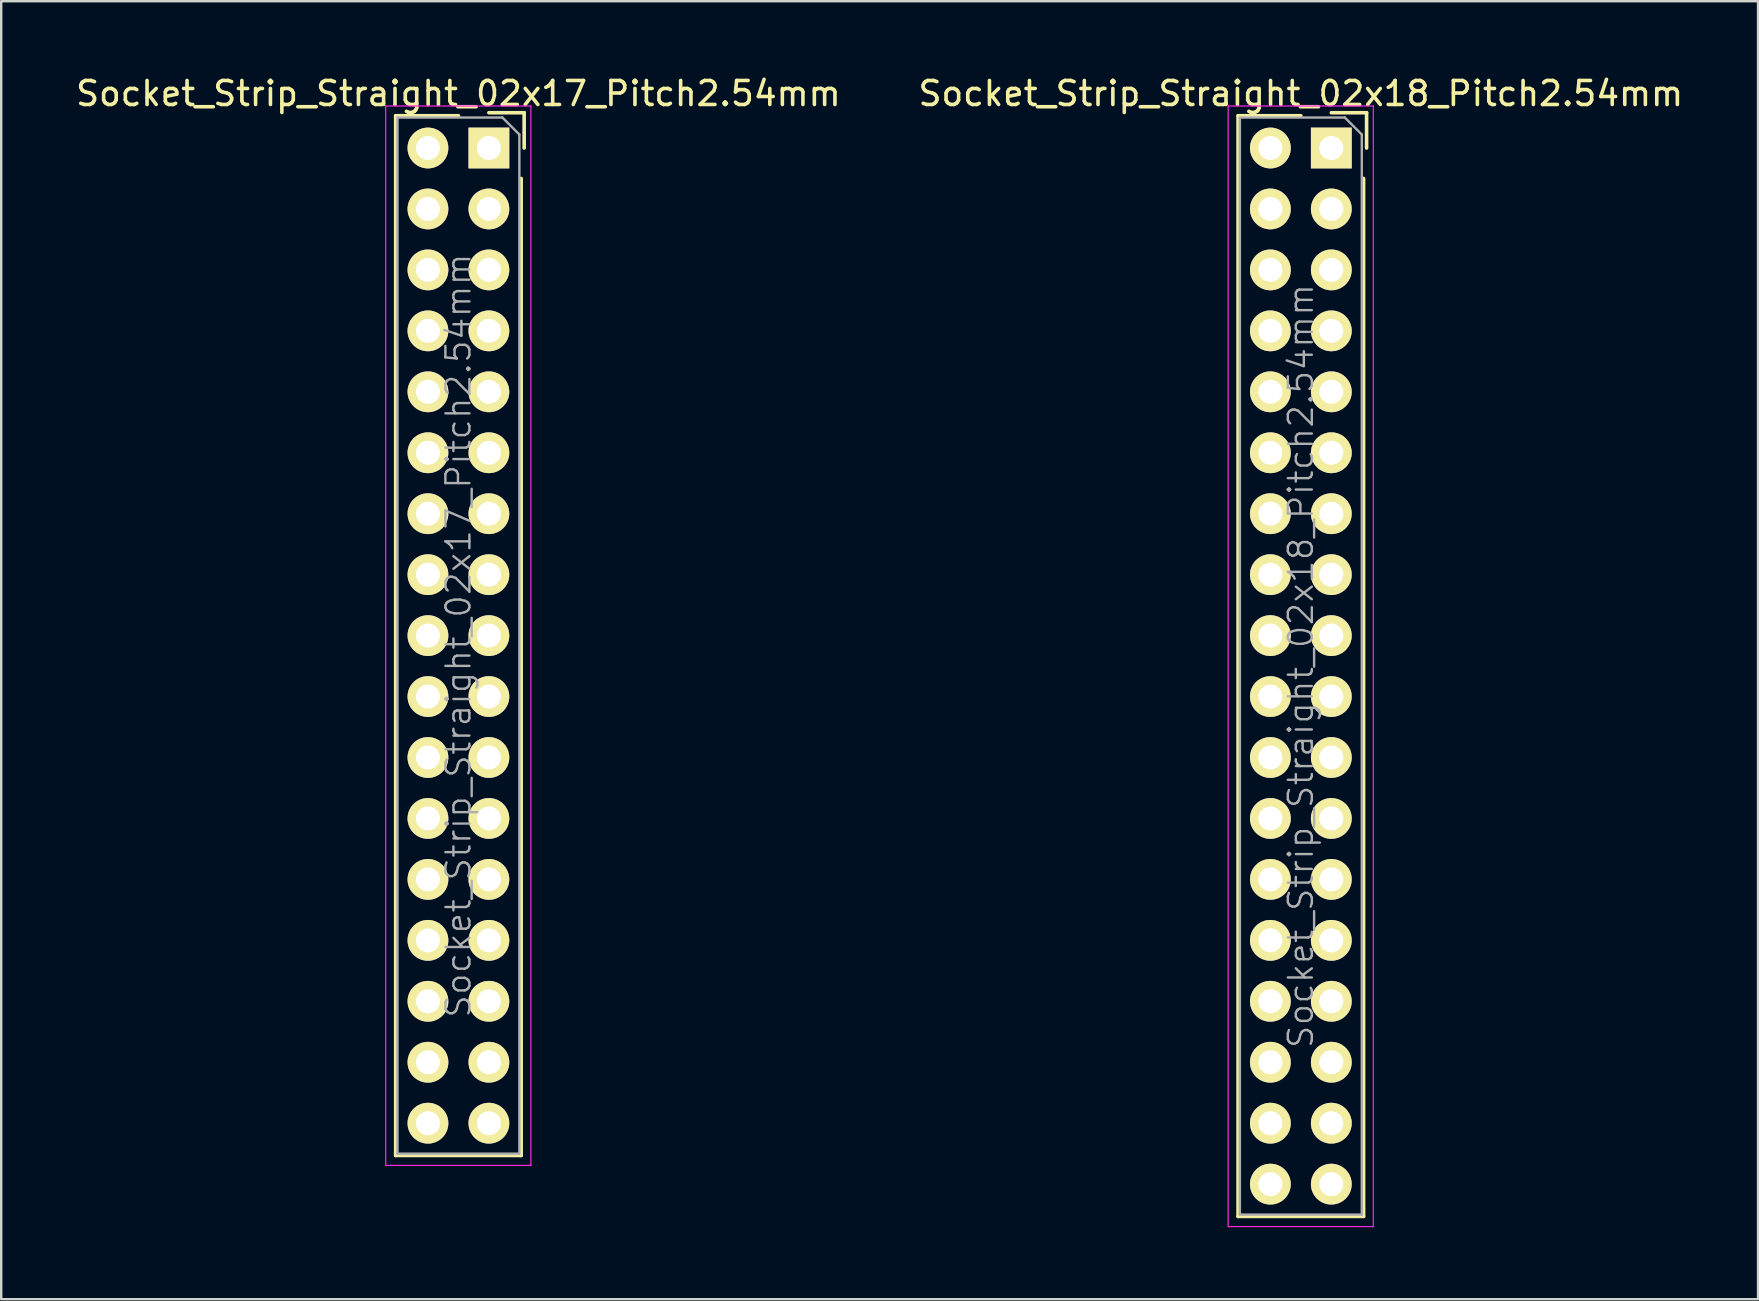
<source format=kicad_pcb>
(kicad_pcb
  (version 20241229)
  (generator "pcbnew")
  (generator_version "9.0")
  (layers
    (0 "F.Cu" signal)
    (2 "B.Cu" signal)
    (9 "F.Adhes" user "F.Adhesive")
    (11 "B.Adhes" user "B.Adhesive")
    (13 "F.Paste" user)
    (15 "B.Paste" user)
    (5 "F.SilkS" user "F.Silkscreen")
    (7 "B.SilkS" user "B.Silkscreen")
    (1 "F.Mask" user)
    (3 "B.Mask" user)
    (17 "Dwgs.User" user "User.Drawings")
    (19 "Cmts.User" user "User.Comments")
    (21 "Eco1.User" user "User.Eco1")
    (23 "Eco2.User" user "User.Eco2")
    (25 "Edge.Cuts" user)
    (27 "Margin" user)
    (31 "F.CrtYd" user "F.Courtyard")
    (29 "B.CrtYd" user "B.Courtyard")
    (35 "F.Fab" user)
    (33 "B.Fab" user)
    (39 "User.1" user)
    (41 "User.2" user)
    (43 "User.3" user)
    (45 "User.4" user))
  (footprint "Socket_Strip_Straight_02x18_Pitch2.54mm"
    (layer "F.Cu")
    (at 52.431 3.118)
    (property "Reference" "Socket_Strip_Straight_02x18_Pitch2.54mm" (at -1.27 -2.27 0) (layer "F.SilkS") (effects (font (size 1 1) (thickness 0.15))))
    (attr smd)
    (fp_line (start -3.885 -1.345) (end -3.885 44.525) (stroke (width 0.15) (type solid)) (layer "F.SilkS"))
    (fp_line (start -1.27 -1.345) (end -3.885 -1.345) (stroke (width 0.15) (type solid)) (layer "F.SilkS"))
    (fp_line (start 1.345 1.27) (end 1.345 44.525) (stroke (width 0.15) (type solid)) (layer "F.SilkS"))
    (fp_line (start 1.345 44.525) (end -3.885 44.525) (stroke (width 0.15) (type solid)) (layer "F.SilkS"))
    (fp_line (start 1.47 -1.47) (end 0 -1.47) (stroke (width 0.15) (type solid)) (layer "F.SilkS"))
    (fp_line (start 1.47 -1.47) (end 1.47 0) (stroke (width 0.15) (type solid)) (layer "F.SilkS"))
    (fp_line (start -4.3 -1.75) (end -4.3 44.95) (stroke (width 0.05) (type solid)) (layer "F.CrtYd"))
    (fp_line (start 1.75 -1.75) (end -4.3 -1.75) (stroke (width 0.05) (type solid)) (layer "F.CrtYd"))
    (fp_line (start 1.75 -1.75) (end 1.75 44.95) (stroke (width 0.05) (type solid)) (layer "F.CrtYd"))
    (fp_line (start 1.75 44.95) (end -4.3 44.95) (stroke (width 0.05) (type solid)) (layer "F.CrtYd"))
    (fp_line (start -3.81 -1.27) (end 0.563 -1.27) (stroke (width 0.1) (type solid)) (layer "F.Fab"))
    (fp_line (start -3.81 44.45) (end -3.81 -1.27) (stroke (width 0.1) (type solid)) (layer "F.Fab"))
    (fp_line (start -3.81 44.45) (end 1.27 44.45) (stroke (width 0.1) (type solid)) (layer "F.Fab"))
    (fp_line (start 1.27 -0.563) (end 0.563 -1.27) (stroke (width 0.1) (type solid)) (layer "F.Fab"))
    (fp_line (start 1.27 44.45) (end 1.27 -0.563) (stroke (width 0.1) (type solid)) (layer "F.Fab"))
    (fp_text user "${REFERENCE}" (at -1.27 21.59 90) (layer "F.Fab") (effects (font (size 1 1) (thickness 0.1))))
    (pad "1" thru_hole rect (at 0 0) (size 1.7 1.7) (drill 1) (layers "*.Cu" "*.Mask" "F.SilkS"))
    (pad "2" thru_hole oval (at -2.54 0) (size 1.7 1.7) (drill 1) (layers "*.Cu" "*.Mask" "F.SilkS"))
    (pad "3" thru_hole oval (at 0 2.54) (size 1.7 1.7) (drill 1) (layers "*.Cu" "*.Mask" "F.SilkS"))
    (pad "4" thru_hole oval (at -2.54 2.54) (size 1.7 1.7) (drill 1) (layers "*.Cu" "*.Mask" "F.SilkS"))
    (pad "5" thru_hole oval (at 0 5.08) (size 1.7 1.7) (drill 1) (layers "*.Cu" "*.Mask" "F.SilkS"))
    (pad "6" thru_hole oval (at -2.54 5.08) (size 1.7 1.7) (drill 1) (layers "*.Cu" "*.Mask" "F.SilkS"))
    (pad "7" thru_hole oval (at 0 7.62) (size 1.7 1.7) (drill 1) (layers "*.Cu" "*.Mask" "F.SilkS"))
    (pad "8" thru_hole oval (at -2.54 7.62) (size 1.7 1.7) (drill 1) (layers "*.Cu" "*.Mask" "F.SilkS"))
    (pad "9" thru_hole oval (at 0 10.16) (size 1.7 1.7) (drill 1) (layers "*.Cu" "*.Mask" "F.SilkS"))
    (pad "10" thru_hole oval (at -2.54 10.16) (size 1.7 1.7) (drill 1) (layers "*.Cu" "*.Mask" "F.SilkS"))
    (pad "11" thru_hole oval (at 0 12.7) (size 1.7 1.7) (drill 1) (layers "*.Cu" "*.Mask" "F.SilkS"))
    (pad "12" thru_hole oval (at -2.54 12.7) (size 1.7 1.7) (drill 1) (layers "*.Cu" "*.Mask" "F.SilkS"))
    (pad "13" thru_hole oval (at 0 15.24) (size 1.7 1.7) (drill 1) (layers "*.Cu" "*.Mask" "F.SilkS"))
    (pad "14" thru_hole oval (at -2.54 15.24) (size 1.7 1.7) (drill 1) (layers "*.Cu" "*.Mask" "F.SilkS"))
    (pad "15" thru_hole oval (at 0 17.78) (size 1.7 1.7) (drill 1) (layers "*.Cu" "*.Mask" "F.SilkS"))
    (pad "16" thru_hole oval (at -2.54 17.78) (size 1.7 1.7) (drill 1) (layers "*.Cu" "*.Mask" "F.SilkS"))
    (pad "17" thru_hole oval (at 0 20.32) (size 1.7 1.7) (drill 1) (layers "*.Cu" "*.Mask" "F.SilkS"))
    (pad "18" thru_hole oval (at -2.54 20.32) (size 1.7 1.7) (drill 1) (layers "*.Cu" "*.Mask" "F.SilkS"))
    (pad "19" thru_hole oval (at 0 22.86) (size 1.7 1.7) (drill 1) (layers "*.Cu" "*.Mask" "F.SilkS"))
    (pad "20" thru_hole oval (at -2.54 22.86) (size 1.7 1.7) (drill 1) (layers "*.Cu" "*.Mask" "F.SilkS"))
    (pad "21" thru_hole oval (at 0 25.4) (size 1.7 1.7) (drill 1) (layers "*.Cu" "*.Mask" "F.SilkS"))
    (pad "22" thru_hole oval (at -2.54 25.4) (size 1.7 1.7) (drill 1) (layers "*.Cu" "*.Mask" "F.SilkS"))
    (pad "23" thru_hole oval (at 0 27.94) (size 1.7 1.7) (drill 1) (layers "*.Cu" "*.Mask" "F.SilkS"))
    (pad "24" thru_hole oval (at -2.54 27.94) (size 1.7 1.7) (drill 1) (layers "*.Cu" "*.Mask" "F.SilkS"))
    (pad "25" thru_hole oval (at 0 30.48) (size 1.7 1.7) (drill 1) (layers "*.Cu" "*.Mask" "F.SilkS"))
    (pad "26" thru_hole oval (at -2.54 30.48) (size 1.7 1.7) (drill 1) (layers "*.Cu" "*.Mask" "F.SilkS"))
    (pad "27" thru_hole oval (at 0 33.02) (size 1.7 1.7) (drill 1) (layers "*.Cu" "*.Mask" "F.SilkS"))
    (pad "28" thru_hole oval (at -2.54 33.02) (size 1.7 1.7) (drill 1) (layers "*.Cu" "*.Mask" "F.SilkS"))
    (pad "29" thru_hole oval (at 0 35.56) (size 1.7 1.7) (drill 1) (layers "*.Cu" "*.Mask" "F.SilkS"))
    (pad "30" thru_hole oval (at -2.54 35.56) (size 1.7 1.7) (drill 1) (layers "*.Cu" "*.Mask" "F.SilkS"))
    (pad "31" thru_hole oval (at 0 38.1) (size 1.7 1.7) (drill 1) (layers "*.Cu" "*.Mask" "F.SilkS"))
    (pad "32" thru_hole oval (at -2.54 38.1) (size 1.7 1.7) (drill 1) (layers "*.Cu" "*.Mask" "F.SilkS"))
    (pad "33" thru_hole oval (at 0 40.64) (size 1.7 1.7) (drill 1) (layers "*.Cu" "*.Mask" "F.SilkS"))
    (pad "34" thru_hole oval (at -2.54 40.64) (size 1.7 1.7) (drill 1) (layers "*.Cu" "*.Mask" "F.SilkS"))
    (pad "35" thru_hole oval (at 0 43.18) (size 1.7 1.7) (drill 1) (layers "*.Cu" "*.Mask" "F.SilkS"))
    (pad "36" thru_hole oval (at -2.54 43.18) (size 1.7 1.7) (drill 1) (layers "*.Cu" "*.Mask" "F.SilkS")))
  (footprint "Socket_Strip_Straight_02x17_Pitch2.54mm"
    (layer "F.Cu")
    (at 17.324 3.118)
    (property "Reference" "Socket_Strip_Straight_02x17_Pitch2.54mm" (at -1.27 -2.27 0) (layer "F.SilkS") (effects (font (size 1 1) (thickness 0.15))))
    (attr smd)
    (fp_line (start -3.885 -1.345) (end -3.885 41.985) (stroke (width 0.15) (type solid)) (layer "F.SilkS"))
    (fp_line (start -1.27 -1.345) (end -3.885 -1.345) (stroke (width 0.15) (type solid)) (layer "F.SilkS"))
    (fp_line (start 1.345 1.27) (end 1.345 41.985) (stroke (width 0.15) (type solid)) (layer "F.SilkS"))
    (fp_line (start 1.345 41.985) (end -3.885 41.985) (stroke (width 0.15) (type solid)) (layer "F.SilkS"))
    (fp_line (start 1.47 -1.47) (end 0 -1.47) (stroke (width 0.15) (type solid)) (layer "F.SilkS"))
    (fp_line (start 1.47 -1.47) (end 1.47 0) (stroke (width 0.15) (type solid)) (layer "F.SilkS"))
    (fp_line (start -4.3 -1.75) (end -4.3 42.4) (stroke (width 0.05) (type solid)) (layer "F.CrtYd"))
    (fp_line (start 1.75 -1.75) (end -4.3 -1.75) (stroke (width 0.05) (type solid)) (layer "F.CrtYd"))
    (fp_line (start 1.75 -1.75) (end 1.75 42.4) (stroke (width 0.05) (type solid)) (layer "F.CrtYd"))
    (fp_line (start 1.75 42.4) (end -4.3 42.4) (stroke (width 0.05) (type solid)) (layer "F.CrtYd"))
    (fp_line (start -3.81 -1.27) (end 0.563 -1.27) (stroke (width 0.1) (type solid)) (layer "F.Fab"))
    (fp_line (start -3.81 41.91) (end -3.81 -1.27) (stroke (width 0.1) (type solid)) (layer "F.Fab"))
    (fp_line (start -3.81 41.91) (end 1.27 41.91) (stroke (width 0.1) (type solid)) (layer "F.Fab"))
    (fp_line (start 1.27 -0.563) (end 0.563 -1.27) (stroke (width 0.1) (type solid)) (layer "F.Fab"))
    (fp_line (start 1.27 41.91) (end 1.27 -0.563) (stroke (width 0.1) (type solid)) (layer "F.Fab"))
    (fp_text user "${REFERENCE}" (at -1.27 20.32 90) (layer "F.Fab") (effects (font (size 1 1) (thickness 0.1))))
    (pad "1" thru_hole rect (at 0 0) (size 1.7 1.7) (drill 1) (layers "*.Cu" "*.Mask" "F.SilkS"))
    (pad "2" thru_hole oval (at -2.54 0) (size 1.7 1.7) (drill 1) (layers "*.Cu" "*.Mask" "F.SilkS"))
    (pad "3" thru_hole oval (at 0 2.54) (size 1.7 1.7) (drill 1) (layers "*.Cu" "*.Mask" "F.SilkS"))
    (pad "4" thru_hole oval (at -2.54 2.54) (size 1.7 1.7) (drill 1) (layers "*.Cu" "*.Mask" "F.SilkS"))
    (pad "5" thru_hole oval (at 0 5.08) (size 1.7 1.7) (drill 1) (layers "*.Cu" "*.Mask" "F.SilkS"))
    (pad "6" thru_hole oval (at -2.54 5.08) (size 1.7 1.7) (drill 1) (layers "*.Cu" "*.Mask" "F.SilkS"))
    (pad "7" thru_hole oval (at 0 7.62) (size 1.7 1.7) (drill 1) (layers "*.Cu" "*.Mask" "F.SilkS"))
    (pad "8" thru_hole oval (at -2.54 7.62) (size 1.7 1.7) (drill 1) (layers "*.Cu" "*.Mask" "F.SilkS"))
    (pad "9" thru_hole oval (at 0 10.16) (size 1.7 1.7) (drill 1) (layers "*.Cu" "*.Mask" "F.SilkS"))
    (pad "10" thru_hole oval (at -2.54 10.16) (size 1.7 1.7) (drill 1) (layers "*.Cu" "*.Mask" "F.SilkS"))
    (pad "11" thru_hole oval (at 0 12.7) (size 1.7 1.7) (drill 1) (layers "*.Cu" "*.Mask" "F.SilkS"))
    (pad "12" thru_hole oval (at -2.54 12.7) (size 1.7 1.7) (drill 1) (layers "*.Cu" "*.Mask" "F.SilkS"))
    (pad "13" thru_hole oval (at 0 15.24) (size 1.7 1.7) (drill 1) (layers "*.Cu" "*.Mask" "F.SilkS"))
    (pad "14" thru_hole oval (at -2.54 15.24) (size 1.7 1.7) (drill 1) (layers "*.Cu" "*.Mask" "F.SilkS"))
    (pad "15" thru_hole oval (at 0 17.78) (size 1.7 1.7) (drill 1) (layers "*.Cu" "*.Mask" "F.SilkS"))
    (pad "16" thru_hole oval (at -2.54 17.78) (size 1.7 1.7) (drill 1) (layers "*.Cu" "*.Mask" "F.SilkS"))
    (pad "17" thru_hole oval (at 0 20.32) (size 1.7 1.7) (drill 1) (layers "*.Cu" "*.Mask" "F.SilkS"))
    (pad "18" thru_hole oval (at -2.54 20.32) (size 1.7 1.7) (drill 1) (layers "*.Cu" "*.Mask" "F.SilkS"))
    (pad "19" thru_hole oval (at 0 22.86) (size 1.7 1.7) (drill 1) (layers "*.Cu" "*.Mask" "F.SilkS"))
    (pad "20" thru_hole oval (at -2.54 22.86) (size 1.7 1.7) (drill 1) (layers "*.Cu" "*.Mask" "F.SilkS"))
    (pad "21" thru_hole oval (at 0 25.4) (size 1.7 1.7) (drill 1) (layers "*.Cu" "*.Mask" "F.SilkS"))
    (pad "22" thru_hole oval (at -2.54 25.4) (size 1.7 1.7) (drill 1) (layers "*.Cu" "*.Mask" "F.SilkS"))
    (pad "23" thru_hole oval (at 0 27.94) (size 1.7 1.7) (drill 1) (layers "*.Cu" "*.Mask" "F.SilkS"))
    (pad "24" thru_hole oval (at -2.54 27.94) (size 1.7 1.7) (drill 1) (layers "*.Cu" "*.Mask" "F.SilkS"))
    (pad "25" thru_hole oval (at 0 30.48) (size 1.7 1.7) (drill 1) (layers "*.Cu" "*.Mask" "F.SilkS"))
    (pad "26" thru_hole oval (at -2.54 30.48) (size 1.7 1.7) (drill 1) (layers "*.Cu" "*.Mask" "F.SilkS"))
    (pad "27" thru_hole oval (at 0 33.02) (size 1.7 1.7) (drill 1) (layers "*.Cu" "*.Mask" "F.SilkS"))
    (pad "28" thru_hole oval (at -2.54 33.02) (size 1.7 1.7) (drill 1) (layers "*.Cu" "*.Mask" "F.SilkS"))
    (pad "29" thru_hole oval (at 0 35.56) (size 1.7 1.7) (drill 1) (layers "*.Cu" "*.Mask" "F.SilkS"))
    (pad "30" thru_hole oval (at -2.54 35.56) (size 1.7 1.7) (drill 1) (layers "*.Cu" "*.Mask" "F.SilkS"))
    (pad "31" thru_hole oval (at 0 38.1) (size 1.7 1.7) (drill 1) (layers "*.Cu" "*.Mask" "F.SilkS"))
    (pad "32" thru_hole oval (at -2.54 38.1) (size 1.7 1.7) (drill 1) (layers "*.Cu" "*.Mask" "F.SilkS"))
    (pad "33" thru_hole oval (at 0 40.64) (size 1.7 1.7) (drill 1) (layers "*.Cu" "*.Mask" "F.SilkS"))
    (pad "34" thru_hole oval (at -2.54 40.64) (size 1.7 1.7) (drill 1) (layers "*.Cu" "*.Mask" "F.SilkS")))
  (gr_rect
    (start -3 -3)
    (end 70.214 51.093)
    (stroke (width 0.1) (type default))
    (fill no)
    (layer "Edge.Cuts")))
</source>
